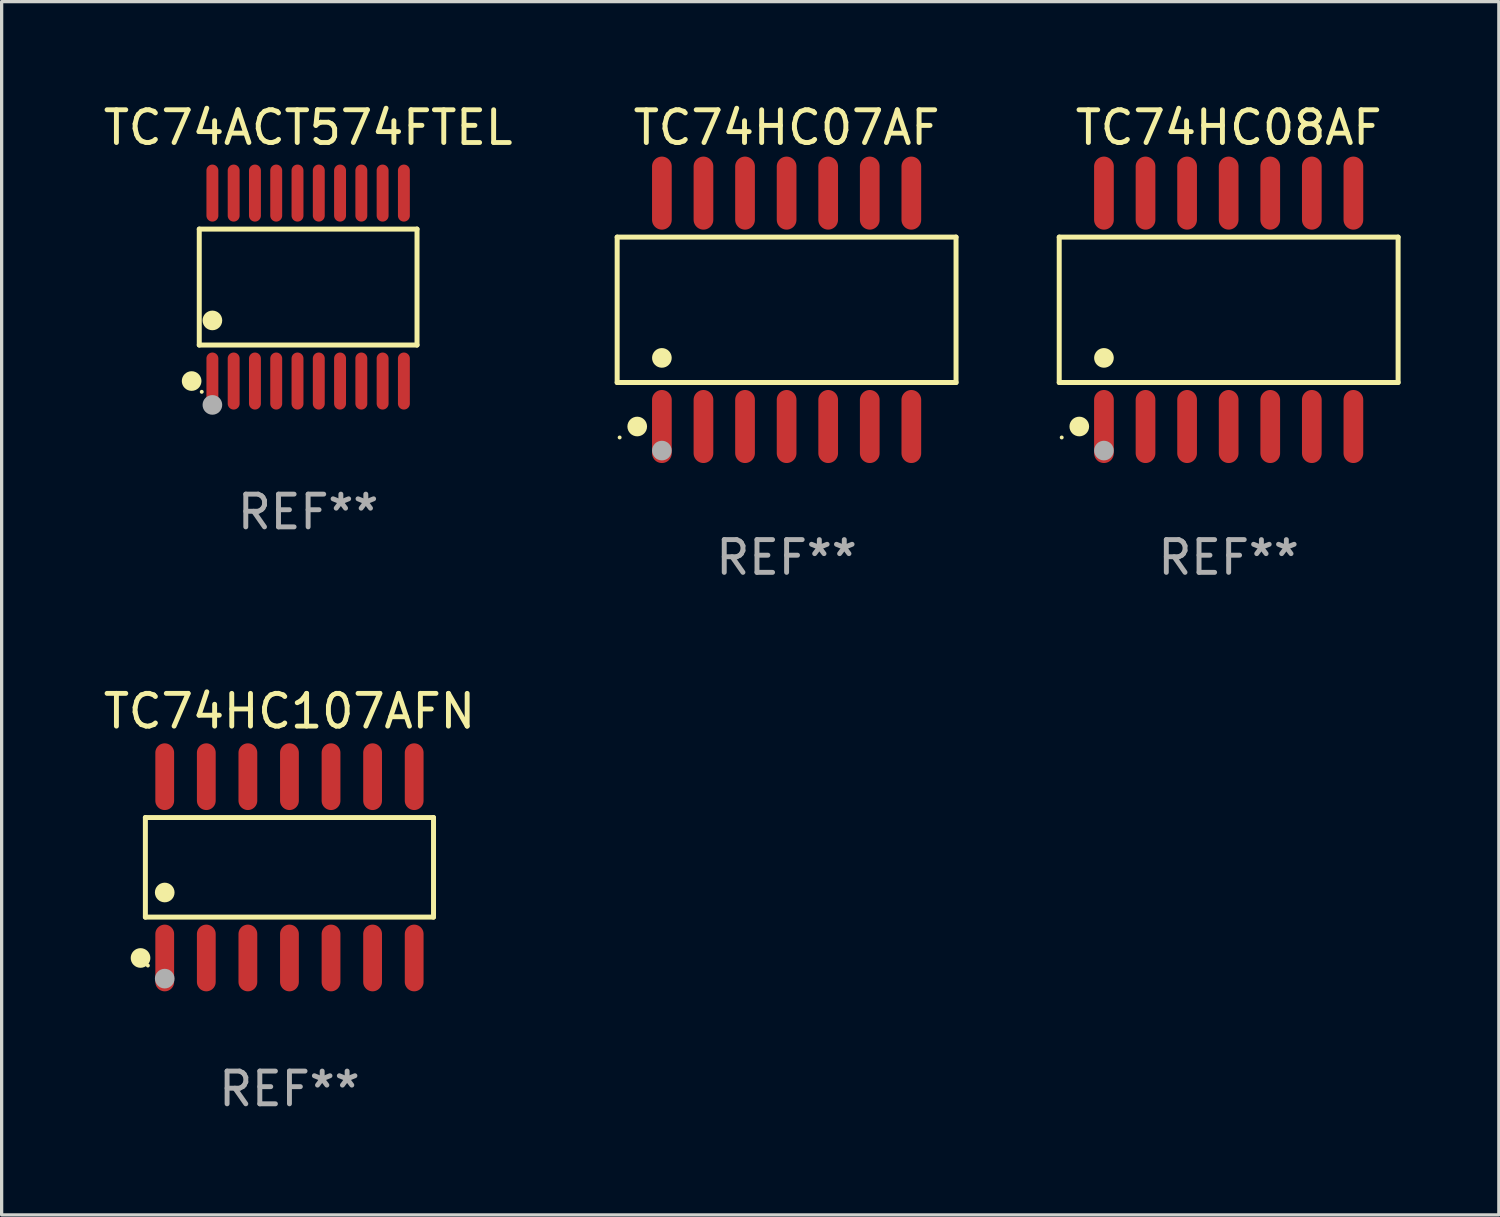
<source format=kicad_pcb>
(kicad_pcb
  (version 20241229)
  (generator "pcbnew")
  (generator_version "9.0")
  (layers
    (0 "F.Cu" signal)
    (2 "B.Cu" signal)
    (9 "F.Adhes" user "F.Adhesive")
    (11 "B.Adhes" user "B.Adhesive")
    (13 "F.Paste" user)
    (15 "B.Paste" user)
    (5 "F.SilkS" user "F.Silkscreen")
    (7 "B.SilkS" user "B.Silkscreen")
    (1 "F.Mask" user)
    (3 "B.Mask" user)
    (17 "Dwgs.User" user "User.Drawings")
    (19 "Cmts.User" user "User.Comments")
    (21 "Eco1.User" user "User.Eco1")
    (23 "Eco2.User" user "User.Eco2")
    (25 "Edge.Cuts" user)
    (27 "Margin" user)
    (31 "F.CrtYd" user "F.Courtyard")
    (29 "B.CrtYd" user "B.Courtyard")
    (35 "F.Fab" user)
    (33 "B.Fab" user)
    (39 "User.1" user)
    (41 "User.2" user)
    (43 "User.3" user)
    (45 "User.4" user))
  (footprint "TC74ACT574FTEL"
    (layer "F.Cu")
    (at 6.363 5.719)
    (property "Reference" "TC74ACT574FTEL" (at 0 -4.871 0) (layer "F.SilkS") (effects (font (size 1 1) (thickness 0.15))))
    (attr through_hole)
    (fp_line (start -3.326 -1.771) (end 3.326 -1.771) (stroke (width 0.152) (type solid)) (layer "F.SilkS"))
    (fp_line (start -3.326 1.771) (end -3.326 -1.771) (stroke (width 0.152) (type solid)) (layer "F.SilkS"))
    (fp_line (start 3.326 -1.771) (end 3.326 1.771) (stroke (width 0.152) (type solid)) (layer "F.SilkS"))
    (fp_line (start 3.326 1.771) (end -3.326 1.771) (stroke (width 0.152) (type solid)) (layer "F.SilkS"))
    (fp_circle (center -3.559 2.871) (end -3.409 2.871) (stroke (width 0.3) (type solid)) (fill no) (layer "F.SilkS"))
    (fp_circle (center -3.25 3.2) (end -3.22 3.2) (stroke (width 0.06) (type solid)) (fill no) (layer "F.SilkS"))
    (fp_circle (center -2.925 1.019) (end -2.775 1.019) (stroke (width 0.3) (type solid)) (fill no) (layer "F.SilkS"))
    (fp_circle (center -2.925 3.6) (end -2.775 3.6) (stroke (width 0.3) (type solid)) (fill no) (layer "F.Fab"))
    (fp_text user "REF**" (at 0 6.871 0) (layer "F.Fab") (effects (font (size 1 1) (thickness 0.15))))
    (pad "1" smd oval (at -2.925 2.871) (size 0.364 1.742) (layers "F.Cu" "F.Mask" "F.Paste"))
    (pad "2" smd oval (at -2.275 2.871) (size 0.364 1.742) (layers "F.Cu" "F.Mask" "F.Paste"))
    (pad "3" smd oval (at -1.625 2.871) (size 0.364 1.742) (layers "F.Cu" "F.Mask" "F.Paste"))
    (pad "4" smd oval (at -0.975 2.871) (size 0.364 1.742) (layers "F.Cu" "F.Mask" "F.Paste"))
    (pad "5" smd oval (at -0.325 2.871) (size 0.364 1.742) (layers "F.Cu" "F.Mask" "F.Paste"))
    (pad "6" smd oval (at 0.325 2.871) (size 0.364 1.742) (layers "F.Cu" "F.Mask" "F.Paste"))
    (pad "7" smd oval (at 0.975 2.871) (size 0.364 1.742) (layers "F.Cu" "F.Mask" "F.Paste"))
    (pad "8" smd oval (at 1.625 2.871) (size 0.364 1.742) (layers "F.Cu" "F.Mask" "F.Paste"))
    (pad "9" smd oval (at 2.275 2.871) (size 0.364 1.742) (layers "F.Cu" "F.Mask" "F.Paste"))
    (pad "10" smd oval (at 2.925 2.871) (size 0.364 1.742) (layers "F.Cu" "F.Mask" "F.Paste"))
    (pad "11" smd oval (at 2.925 -2.871) (size 0.364 1.742) (layers "F.Cu" "F.Mask" "F.Paste"))
    (pad "12" smd oval (at 2.275 -2.871) (size 0.364 1.742) (layers "F.Cu" "F.Mask" "F.Paste"))
    (pad "13" smd oval (at 1.625 -2.871) (size 0.364 1.742) (layers "F.Cu" "F.Mask" "F.Paste"))
    (pad "14" smd oval (at 0.975 -2.871) (size 0.364 1.742) (layers "F.Cu" "F.Mask" "F.Paste"))
    (pad "15" smd oval (at 0.325 -2.871) (size 0.364 1.742) (layers "F.Cu" "F.Mask" "F.Paste"))
    (pad "16" smd oval (at -0.325 -2.871) (size 0.364 1.742) (layers "F.Cu" "F.Mask" "F.Paste"))
    (pad "17" smd oval (at -0.975 -2.871) (size 0.364 1.742) (layers "F.Cu" "F.Mask" "F.Paste"))
    (pad "18" smd oval (at -1.625 -2.871) (size 0.364 1.742) (layers "F.Cu" "F.Mask" "F.Paste"))
    (pad "19" smd oval (at -2.275 -2.871) (size 0.364 1.742) (layers "F.Cu" "F.Mask" "F.Paste"))
    (pad "20" smd oval (at -2.925 -2.871) (size 0.364 1.742) (layers "F.Cu" "F.Mask" "F.Paste")))
  (footprint "TC74HC107AFN"
    (layer "F.Cu")
    (at 5.792 23.445)
    (property "Reference" "TC74HC107AFN" (at 0 -4.769 0) (layer "F.SilkS") (effects (font (size 1 1) (thickness 0.15))))
    (attr through_hole)
    (fp_line (start -4.401 -1.521) (end 4.401 -1.521) (stroke (width 0.152) (type solid)) (layer "F.SilkS"))
    (fp_line (start -4.401 1.521) (end -4.401 -1.521) (stroke (width 0.152) (type solid)) (layer "F.SilkS"))
    (fp_line (start 4.401 -1.521) (end 4.401 1.521) (stroke (width 0.152) (type solid)) (layer "F.SilkS"))
    (fp_line (start 4.401 1.521) (end -4.401 1.521) (stroke (width 0.152) (type solid)) (layer "F.SilkS"))
    (fp_circle (center -4.549 2.769) (end -4.399 2.769) (stroke (width 0.3) (type solid)) (fill no) (layer "F.SilkS"))
    (fp_circle (center -4.325 3) (end -4.295 3) (stroke (width 0.06) (type solid)) (fill no) (layer "F.SilkS"))
    (fp_circle (center -3.81 0.769) (end -3.66 0.769) (stroke (width 0.3) (type solid)) (fill no) (layer "F.SilkS"))
    (fp_circle (center -3.81 3.4) (end -3.66 3.4) (stroke (width 0.3) (type solid)) (fill no) (layer "F.Fab"))
    (fp_text user "REF**" (at 0 6.769 0) (layer "F.Fab") (effects (font (size 1 1) (thickness 0.15))))
    (pad "1" smd oval (at -3.81 2.769) (size 0.574 2.038) (layers "F.Cu" "F.Mask" "F.Paste"))
    (pad "2" smd oval (at -2.54 2.769) (size 0.574 2.038) (layers "F.Cu" "F.Mask" "F.Paste"))
    (pad "3" smd oval (at -1.27 2.769) (size 0.574 2.038) (layers "F.Cu" "F.Mask" "F.Paste"))
    (pad "4" smd oval (at 0 2.769) (size 0.574 2.038) (layers "F.Cu" "F.Mask" "F.Paste"))
    (pad "5" smd oval (at 1.27 2.769) (size 0.574 2.038) (layers "F.Cu" "F.Mask" "F.Paste"))
    (pad "6" smd oval (at 2.54 2.769) (size 0.574 2.038) (layers "F.Cu" "F.Mask" "F.Paste"))
    (pad "7" smd oval (at 3.81 2.769) (size 0.574 2.038) (layers "F.Cu" "F.Mask" "F.Paste"))
    (pad "8" smd oval (at 3.81 -2.769) (size 0.574 2.038) (layers "F.Cu" "F.Mask" "F.Paste"))
    (pad "9" smd oval (at 2.54 -2.769) (size 0.574 2.038) (layers "F.Cu" "F.Mask" "F.Paste"))
    (pad "10" smd oval (at 1.27 -2.769) (size 0.574 2.038) (layers "F.Cu" "F.Mask" "F.Paste"))
    (pad "11" smd oval (at 0 -2.769) (size 0.574 2.038) (layers "F.Cu" "F.Mask" "F.Paste"))
    (pad "12" smd oval (at -1.27 -2.769) (size 0.574 2.038) (layers "F.Cu" "F.Mask" "F.Paste"))
    (pad "13" smd oval (at -2.54 -2.769) (size 0.574 2.038) (layers "F.Cu" "F.Mask" "F.Paste"))
    (pad "14" smd oval (at -3.81 -2.769) (size 0.574 2.038) (layers "F.Cu" "F.Mask" "F.Paste")))
  (footprint "TC74HC07AF"
    (layer "F.Cu")
    (at 20.979 6.414)
    (property "Reference" "TC74HC07AF" (at 0 -5.565 0) (layer "F.SilkS") (effects (font (size 1 1) (thickness 0.15))))
    (attr through_hole)
    (fp_line (start -5.176 -2.221) (end 5.176 -2.221) (stroke (width 0.152) (type solid)) (layer "F.SilkS"))
    (fp_line (start -5.176 2.221) (end -5.176 -2.221) (stroke (width 0.152) (type solid)) (layer "F.SilkS"))
    (fp_line (start 5.176 -2.221) (end 5.176 2.221) (stroke (width 0.152) (type solid)) (layer "F.SilkS"))
    (fp_line (start 5.176 2.221) (end -5.176 2.221) (stroke (width 0.152) (type solid)) (layer "F.SilkS"))
    (fp_circle (center -5.1 3.9) (end -5.07 3.9) (stroke (width 0.06) (type solid)) (fill no) (layer "F.SilkS"))
    (fp_circle (center -4.563 3.565) (end -4.413 3.565) (stroke (width 0.3) (type solid)) (fill no) (layer "F.SilkS"))
    (fp_circle (center -3.81 1.469) (end -3.66 1.469) (stroke (width 0.3) (type solid)) (fill no) (layer "F.SilkS"))
    (fp_circle (center -3.81 4.3) (end -3.66 4.3) (stroke (width 0.3) (type solid)) (fill no) (layer "F.Fab"))
    (fp_text user "REF**" (at 0 7.565 0) (layer "F.Fab") (effects (font (size 1 1) (thickness 0.15))))
    (pad "1" smd oval (at -3.81 3.565) (size 0.602 2.231) (layers "F.Cu" "F.Mask" "F.Paste"))
    (pad "2" smd oval (at -2.54 3.565) (size 0.602 2.231) (layers "F.Cu" "F.Mask" "F.Paste"))
    (pad "3" smd oval (at -1.27 3.565) (size 0.602 2.231) (layers "F.Cu" "F.Mask" "F.Paste"))
    (pad "4" smd oval (at 0 3.565) (size 0.602 2.231) (layers "F.Cu" "F.Mask" "F.Paste"))
    (pad "5" smd oval (at 1.27 3.565) (size 0.602 2.231) (layers "F.Cu" "F.Mask" "F.Paste"))
    (pad "6" smd oval (at 2.54 3.565) (size 0.602 2.231) (layers "F.Cu" "F.Mask" "F.Paste"))
    (pad "7" smd oval (at 3.81 3.565) (size 0.602 2.231) (layers "F.Cu" "F.Mask" "F.Paste"))
    (pad "8" smd oval (at 3.81 -3.565) (size 0.602 2.231) (layers "F.Cu" "F.Mask" "F.Paste"))
    (pad "9" smd oval (at 2.54 -3.565) (size 0.602 2.231) (layers "F.Cu" "F.Mask" "F.Paste"))
    (pad "10" smd oval (at 1.27 -3.565) (size 0.602 2.231) (layers "F.Cu" "F.Mask" "F.Paste"))
    (pad "11" smd oval (at 0 -3.565) (size 0.602 2.231) (layers "F.Cu" "F.Mask" "F.Paste"))
    (pad "12" smd oval (at -1.27 -3.565) (size 0.602 2.231) (layers "F.Cu" "F.Mask" "F.Paste"))
    (pad "13" smd oval (at -2.54 -3.565) (size 0.602 2.231) (layers "F.Cu" "F.Mask" "F.Paste"))
    (pad "14" smd oval (at -3.81 -3.565) (size 0.602 2.231) (layers "F.Cu" "F.Mask" "F.Paste")))
  (footprint "TC74HC08AF"
    (layer "F.Cu")
    (at 34.483 6.414)
    (property "Reference" "TC74HC08AF" (at 0 -5.565 0) (layer "F.SilkS") (effects (font (size 1 1) (thickness 0.15))))
    (attr through_hole)
    (fp_line (start -5.176 -2.221) (end 5.176 -2.221) (stroke (width 0.152) (type solid)) (layer "F.SilkS"))
    (fp_line (start -5.176 2.221) (end -5.176 -2.221) (stroke (width 0.152) (type solid)) (layer "F.SilkS"))
    (fp_line (start 5.176 -2.221) (end 5.176 2.221) (stroke (width 0.152) (type solid)) (layer "F.SilkS"))
    (fp_line (start 5.176 2.221) (end -5.176 2.221) (stroke (width 0.152) (type solid)) (layer "F.SilkS"))
    (fp_circle (center -5.1 3.9) (end -5.07 3.9) (stroke (width 0.06) (type solid)) (fill no) (layer "F.SilkS"))
    (fp_circle (center -4.563 3.565) (end -4.413 3.565) (stroke (width 0.3) (type solid)) (fill no) (layer "F.SilkS"))
    (fp_circle (center -3.81 1.469) (end -3.66 1.469) (stroke (width 0.3) (type solid)) (fill no) (layer "F.SilkS"))
    (fp_circle (center -3.81 4.3) (end -3.66 4.3) (stroke (width 0.3) (type solid)) (fill no) (layer "F.Fab"))
    (fp_text user "REF**" (at 0 7.565 0) (layer "F.Fab") (effects (font (size 1 1) (thickness 0.15))))
    (pad "1" smd oval (at -3.81 3.565) (size 0.602 2.231) (layers "F.Cu" "F.Mask" "F.Paste"))
    (pad "2" smd oval (at -2.54 3.565) (size 0.602 2.231) (layers "F.Cu" "F.Mask" "F.Paste"))
    (pad "3" smd oval (at -1.27 3.565) (size 0.602 2.231) (layers "F.Cu" "F.Mask" "F.Paste"))
    (pad "4" smd oval (at 0 3.565) (size 0.602 2.231) (layers "F.Cu" "F.Mask" "F.Paste"))
    (pad "5" smd oval (at 1.27 3.565) (size 0.602 2.231) (layers "F.Cu" "F.Mask" "F.Paste"))
    (pad "6" smd oval (at 2.54 3.565) (size 0.602 2.231) (layers "F.Cu" "F.Mask" "F.Paste"))
    (pad "7" smd oval (at 3.81 3.565) (size 0.602 2.231) (layers "F.Cu" "F.Mask" "F.Paste"))
    (pad "8" smd oval (at 3.81 -3.565) (size 0.602 2.231) (layers "F.Cu" "F.Mask" "F.Paste"))
    (pad "9" smd oval (at 2.54 -3.565) (size 0.602 2.231) (layers "F.Cu" "F.Mask" "F.Paste"))
    (pad "10" smd oval (at 1.27 -3.565) (size 0.602 2.231) (layers "F.Cu" "F.Mask" "F.Paste"))
    (pad "11" smd oval (at 0 -3.565) (size 0.602 2.231) (layers "F.Cu" "F.Mask" "F.Paste"))
    (pad "12" smd oval (at -1.27 -3.565) (size 0.602 2.231) (layers "F.Cu" "F.Mask" "F.Paste"))
    (pad "13" smd oval (at -2.54 -3.565) (size 0.602 2.231) (layers "F.Cu" "F.Mask" "F.Paste"))
    (pad "14" smd oval (at -3.81 -3.565) (size 0.602 2.231) (layers "F.Cu" "F.Mask" "F.Paste")))
  (gr_rect
    (start -3 -3)
    (end 42.736 34.062)
    (stroke (width 0.1) (type default))
    (fill no)
    (layer "Edge.Cuts")))
</source>
